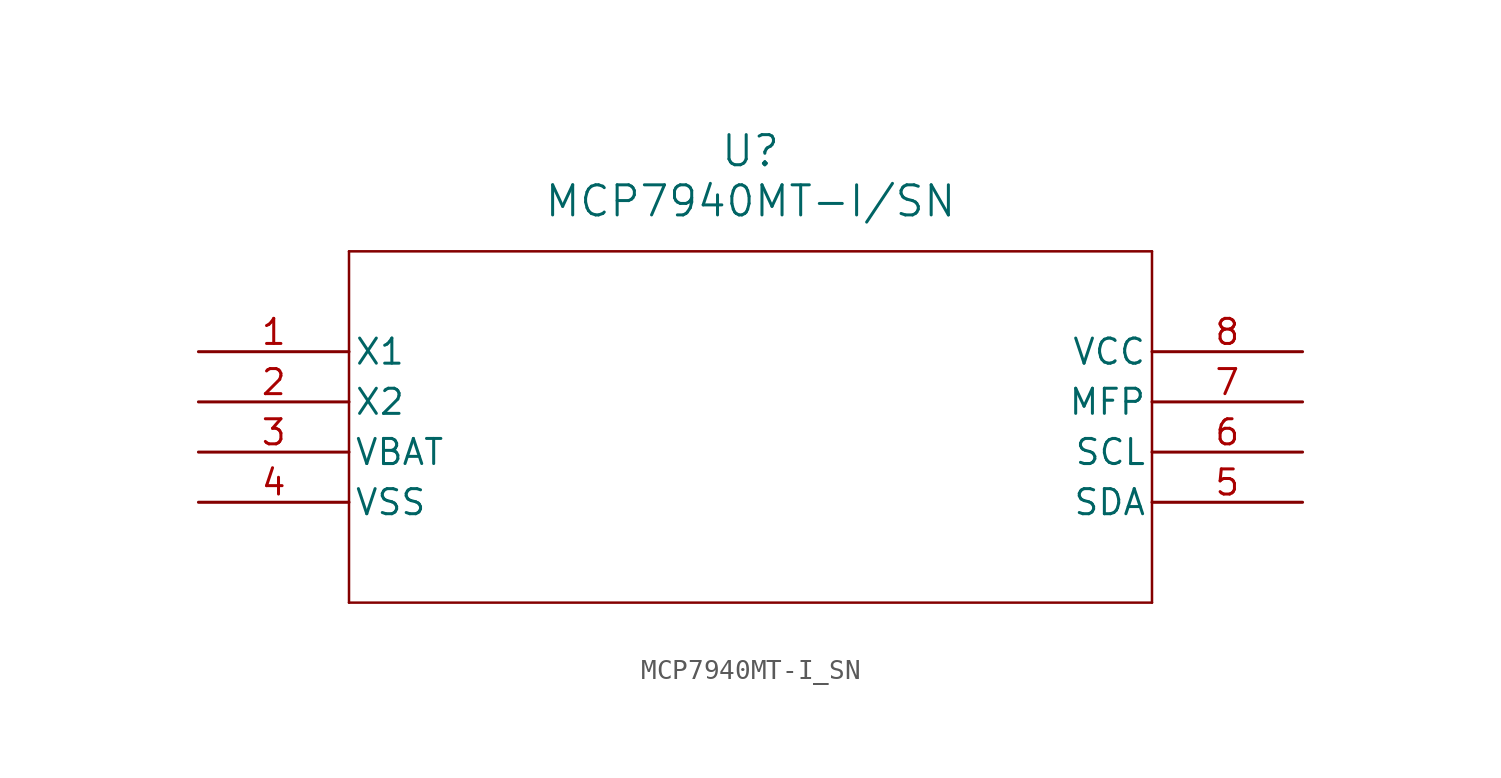
<source format=kicad_sym>
(kicad_symbol_lib
  (version 20211014)
  (generator kicad_symbol_editor)
  (symbol "MCP7940MT-I_SN"
    (pin_names
      (offset 0.254))
    (property "Reference" "U"
      (at 27.94 10.16 0)
      (effects (font (size 1.524 1.524))))
    (property "Value" "MCP7940MT-I/SN"
      (at 27.94 7.62 0)
      (effects (font (size 1.524 1.524))))
    (symbol "MCP7940MT-I_SN_0_1"
      (polyline (pts (xy 7.62 5.08) (xy 7.62 -12.7)) (stroke (width 0.127) (type default) (color 0 0 0 0)) (fill (type none)))
      (polyline (pts (xy 7.62 -12.7) (xy 48.26 -12.7)) (stroke (width 0.127) (type default) (color 0 0 0 0)) (fill (type none)))
      (polyline (pts (xy 48.26 -12.7) (xy 48.26 5.08)) (stroke (width 0.127) (type default) (color 0 0 0 0)) (fill (type none)))
      (polyline (pts (xy 48.26 5.08) (xy 7.62 5.08)) (stroke (width 0.127) (type default) (color 0 0 0 0)) (fill (type none)))
      (pin input line (at 0 0 0) (length 7.62) (name "X1" (effects (font (size 1.27 1.27)))) (number "1" (effects (font (size 1.27 1.27)))))
      (pin output line (at 0 -2.54 0) (length 7.62) (name "X2" (effects (font (size 1.27 1.27)))) (number "2" (effects (font (size 1.27 1.27)))))
      (pin power_in line (at 0 -5.08 0) (length 7.62) (name "VBAT" (effects (font (size 1.27 1.27)))) (number "3" (effects (font (size 1.27 1.27)))))
      (pin power_in line (at 0 -7.62 0) (length 7.62) (name "VSS" (effects (font (size 1.27 1.27)))) (number "4" (effects (font (size 1.27 1.27)))))
      (pin bidirectional line (at 55.88 -7.62 180) (length 7.62) (name "SDA" (effects (font (size 1.27 1.27)))) (number "5" (effects (font (size 1.27 1.27)))))
      (pin unspecified line (at 55.88 -5.08 180) (length 7.62) (name "SCL" (effects (font (size 1.27 1.27)))) (number "6" (effects (font (size 1.27 1.27)))))
      (pin unspecified line (at 55.88 -2.54 180) (length 7.62) (name "MFP" (effects (font (size 1.27 1.27)))) (number "7" (effects (font (size 1.27 1.27)))))
      (pin power_in line (at 55.88 0 180) (length 7.62) (name "VCC" (effects (font (size 1.27 1.27)))) (number "8" (effects (font (size 1.27 1.27))))))))
</source>
